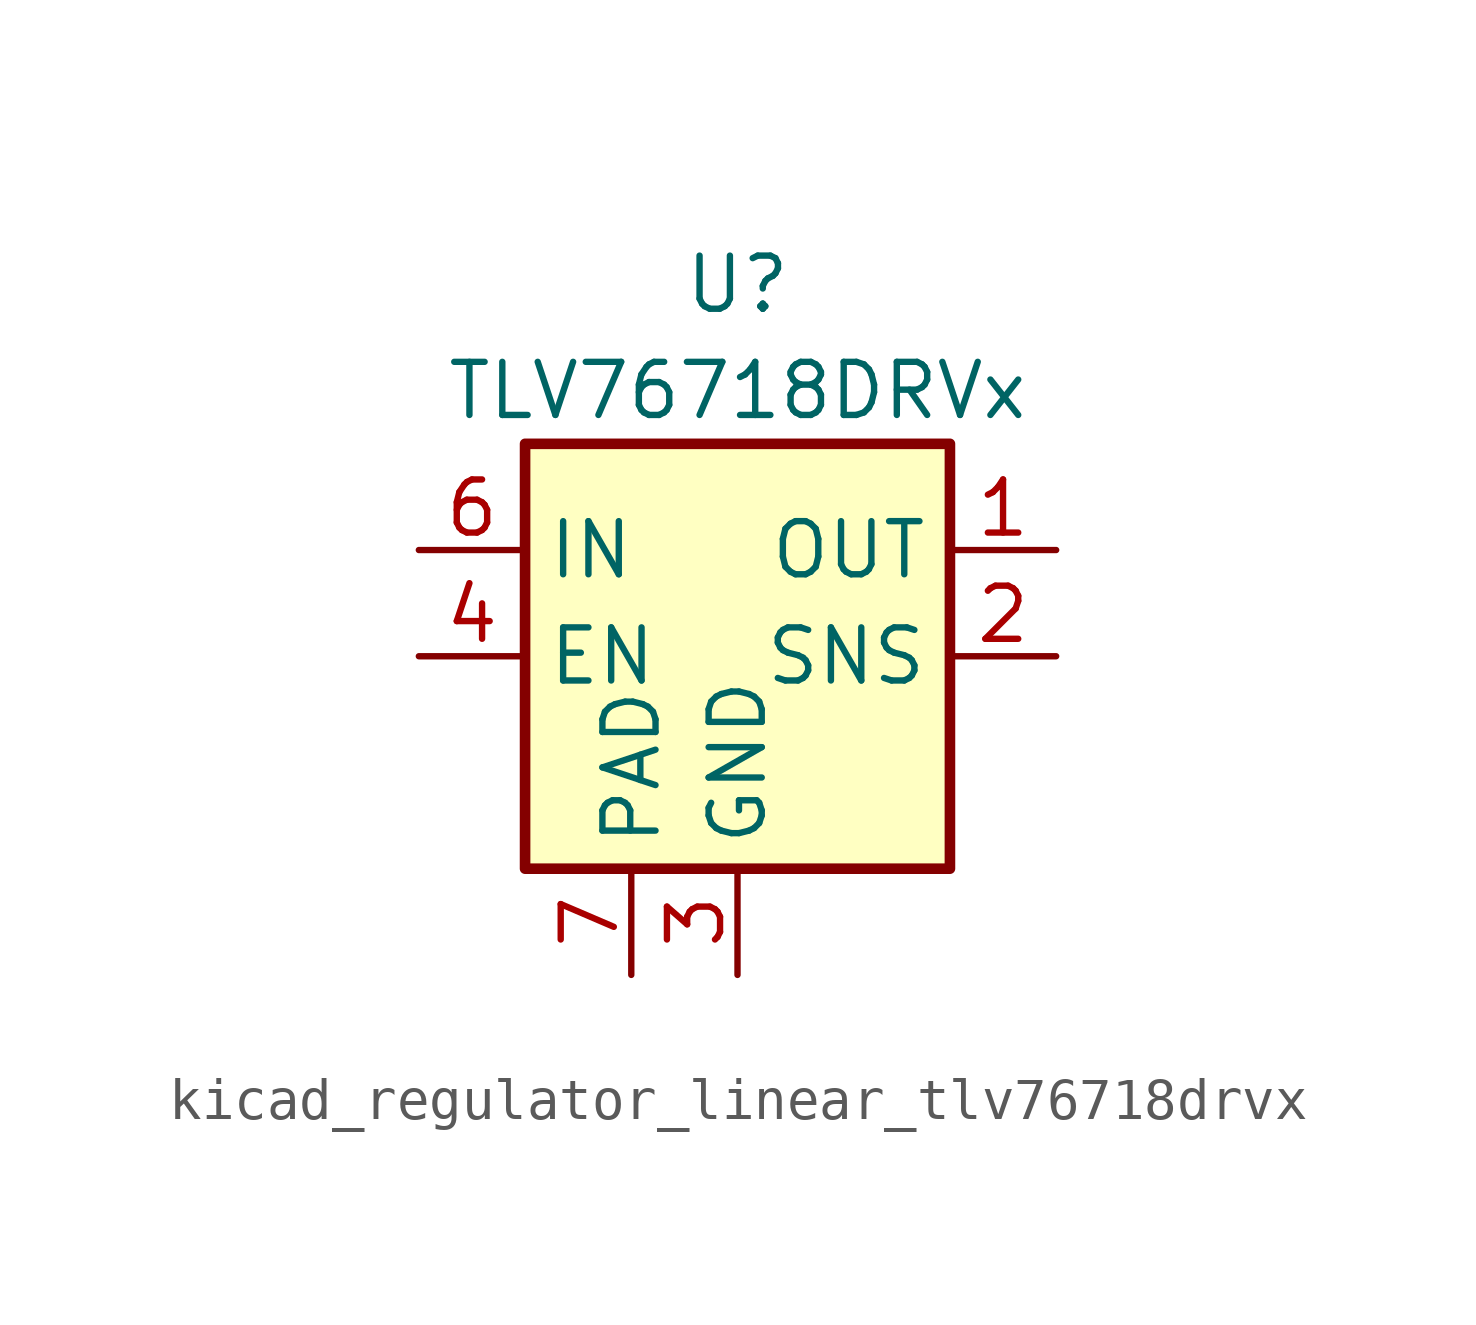
<source format=kicad_sym>
(kicad_symbol_lib
  (version 20220914)
  (generator kicad_symbol_editor)
  (symbol "kicad_regulator_linear_tlv76718drvx"
    (property "Reference" "U"
      (at 0 8.89 0)
      (effects (font (size 1.27 1.27))))
    (property "Value" "TLV76718DRVx"
      (at 0 6.35 0)
      (effects (font (size 1.27 1.27))))
    (symbol "kicad_regulator_linear_tlv76718drvx_0_1"
      (rectangle (start -5.08 -5.08) (end 5.08 5.08) (stroke (width 0.254) (type default)) (fill (type background))))
    (symbol "kicad_regulator_linear_tlv76718drvx_1_1"
      (pin power_out line (at 7.62 2.54 180) (length 2.54) (name "OUT" (effects (font (size 1.27 1.27)))) (number "1" (effects (font (size 1.27 1.27)))))
      (pin input line (at 7.62 0 180) (length 2.54) (name "SNS" (effects (font (size 1.27 1.27)))) (number "2" (effects (font (size 1.27 1.27)))))
      (pin power_in line (at 0 -7.62 90) (length 2.54) (name "GND" (effects (font (size 1.27 1.27)))) (number "3" (effects (font (size 1.27 1.27)))))
      (pin input line (at -7.62 0 0) (length 2.54) (name "EN" (effects (font (size 1.27 1.27)))) (number "4" (effects (font (size 1.27 1.27)))))
      (pin passive line (at 0 -7.62 90) (length 2.54) hide (name "GND" (effects (font (size 1.27 1.27)))) (number "5" (effects (font (size 1.27 1.27)))))
      (pin power_in line (at -7.62 2.54 0) (length 2.54) (name "IN" (effects (font (size 1.27 1.27)))) (number "6" (effects (font (size 1.27 1.27)))))
      (pin passive line (at -2.54 -7.62 90) (length 2.54) (name "PAD" (effects (font (size 1.27 1.27)))) (number "7" (effects (font (size 1.27 1.27))))))))
</source>
